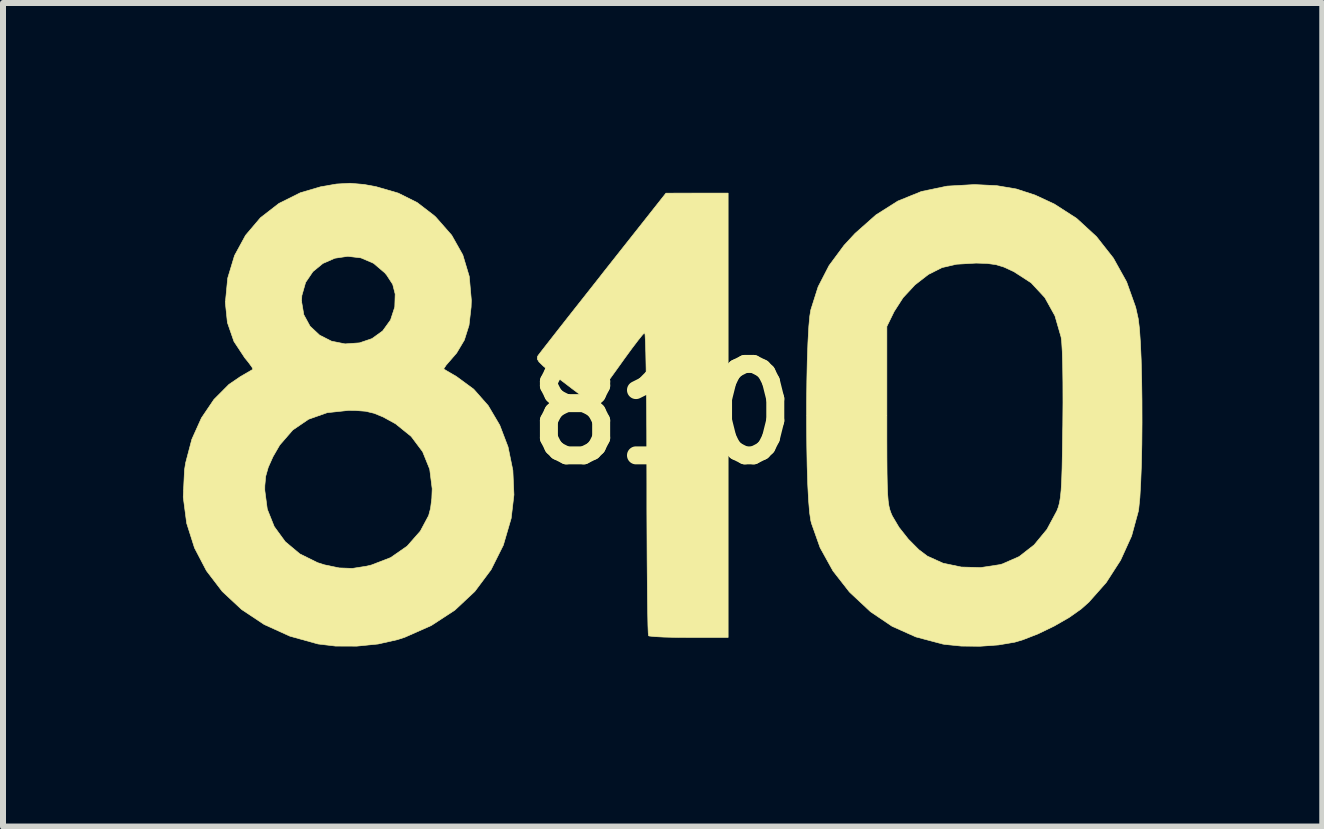
<source format=kicad_pcb>
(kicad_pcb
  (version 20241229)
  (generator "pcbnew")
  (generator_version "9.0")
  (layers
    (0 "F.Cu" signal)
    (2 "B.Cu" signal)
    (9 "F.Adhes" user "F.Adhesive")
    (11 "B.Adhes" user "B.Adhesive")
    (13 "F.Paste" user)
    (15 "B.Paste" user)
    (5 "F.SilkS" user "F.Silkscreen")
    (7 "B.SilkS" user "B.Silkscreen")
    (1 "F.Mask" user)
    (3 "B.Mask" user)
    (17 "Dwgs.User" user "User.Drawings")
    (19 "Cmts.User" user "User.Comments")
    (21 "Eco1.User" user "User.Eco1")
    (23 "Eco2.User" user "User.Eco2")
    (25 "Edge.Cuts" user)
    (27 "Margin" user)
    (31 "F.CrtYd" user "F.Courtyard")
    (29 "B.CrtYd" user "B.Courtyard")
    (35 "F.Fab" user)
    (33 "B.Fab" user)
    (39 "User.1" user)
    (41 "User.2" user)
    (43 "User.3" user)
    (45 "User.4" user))
  (footprint "810"
    (layer "F.Cu")
    (at 7.988 3.852)
    (property "Reference" "810" (at 0 0 0) (layer "F.SilkS") (effects (font (size 1.524 1.524) (thickness 0.3))))
    (attr through_hole)
    (fp_poly (pts (xy 1.101 3.725) (xy 0.452 3.725) (xy 0.225 3.724) (xy 0.029 3.719) (xy -0.12 3.711) (xy -0.209 3.702) (xy -0.226 3.697) (xy -0.231 3.651) (xy -0.236 3.527) (xy -0.24 3.334) (xy -0.244 3.079) (xy -0.247 2.768) (xy -0.25 2.411) (xy -0.252 2.013) (xy -0.254 1.583) (xy -0.254 1.157) (xy -0.255 0.705) (xy -0.256 0.278) (xy -0.259 -0.114) (xy -0.263 -0.466) (xy -0.267 -0.77) (xy -0.272 -1.018) (xy -0.278 -1.203) (xy -0.284 -1.318) (xy -0.29 -1.355) (xy -0.325 -1.322) (xy -0.399 -1.23) (xy -0.504 -1.092) (xy -0.631 -0.918) (xy -0.741 -0.764) (xy -0.891 -0.556) (xy -1.019 -0.389) (xy -1.119 -0.269) (xy -1.184 -0.207) (xy -1.203 -0.2) (xy -1.252 -0.235) (xy -1.354 -0.312) (xy -1.495 -0.418) (xy -1.66 -0.544) (xy -1.685 -0.563) (xy -1.863 -0.702) (xy -1.982 -0.8) (xy -2.052 -0.868) (xy -2.081 -0.916) (xy -2.079 -0.954) (xy -2.066 -0.977) (xy -2.028 -1.027) (xy -1.944 -1.135) (xy -1.819 -1.295) (xy -1.66 -1.498) (xy -1.472 -1.737) (xy -1.261 -2.004) (xy -1.034 -2.292) (xy -0.974 -2.369) (xy 0.064 -3.682) (xy 0.582 -3.683) (xy 1.101 -3.683) (xy 1.101 3.725)) (stroke (width 0.01) (type solid)) (fill yes) (layer "F.SilkS"))
    (fp_poly (pts (xy 5.579 -3.807) (xy 5.904 -3.752) (xy 6.217 -3.65) (xy 6.538 -3.501) (xy 6.91 -3.262) (xy 7.242 -2.957) (xy 7.523 -2.6) (xy 7.744 -2.203) (xy 7.895 -1.78) (xy 7.938 -1.587) (xy 7.958 -1.423) (xy 7.974 -1.189) (xy 7.987 -0.9) (xy 7.995 -0.572) (xy 8 -0.219) (xy 8.001 0.143) (xy 7.998 0.501) (xy 7.991 0.838) (xy 7.979 1.14) (xy 7.965 1.393) (xy 7.946 1.58) (xy 7.939 1.623) (xy 7.827 2.034) (xy 7.644 2.437) (xy 7.403 2.811) (xy 7.115 3.136) (xy 6.987 3.25) (xy 6.786 3.392) (xy 6.535 3.536) (xy 6.266 3.666) (xy 6.011 3.765) (xy 5.879 3.804) (xy 5.608 3.85) (xy 5.299 3.872) (xy 4.988 3.869) (xy 4.713 3.841) (xy 4.678 3.835) (xy 4.23 3.716) (xy 3.834 3.539) (xy 3.474 3.296) (xy 3.133 2.977) (xy 3.119 2.962) (xy 2.848 2.615) (xy 2.634 2.228) (xy 2.491 1.825) (xy 2.479 1.778) (xy 2.459 1.644) (xy 2.442 1.439) (xy 2.428 1.176) (xy 2.418 0.867) (xy 2.412 0.527) (xy 2.409 0.168) (xy 2.409 -0.196) (xy 2.413 -0.552) (xy 2.42 -0.887) (xy 2.431 -1.188) (xy 2.445 -1.441) (xy 2.446 -1.46) (xy 3.747 -1.46) (xy 3.747 0.021) (xy 3.747 0.416) (xy 3.748 0.735) (xy 3.75 0.988) (xy 3.754 1.185) (xy 3.76 1.335) (xy 3.769 1.447) (xy 3.781 1.532) (xy 3.797 1.597) (xy 3.817 1.653) (xy 3.838 1.701) (xy 3.95 1.89) (xy 4.106 2.087) (xy 4.279 2.261) (xy 4.422 2.369) (xy 4.683 2.487) (xy 4.988 2.551) (xy 5.312 2.56) (xy 5.632 2.511) (xy 5.674 2.499) (xy 5.952 2.377) (xy 6.202 2.182) (xy 6.416 1.923) (xy 6.581 1.616) (xy 6.606 1.551) (xy 6.625 1.479) (xy 6.64 1.389) (xy 6.652 1.27) (xy 6.661 1.111) (xy 6.668 0.903) (xy 6.673 0.634) (xy 6.678 0.294) (xy 6.68 0.186) (xy 6.683 -0.186) (xy 6.682 -0.522) (xy 6.678 -0.812) (xy 6.671 -1.045) (xy 6.661 -1.211) (xy 6.652 -1.281) (xy 6.549 -1.637) (xy 6.381 -1.94) (xy 6.152 -2.187) (xy 5.861 -2.375) (xy 5.858 -2.376) (xy 5.7 -2.449) (xy 5.566 -2.49) (xy 5.419 -2.51) (xy 5.235 -2.516) (xy 4.909 -2.497) (xy 4.667 -2.441) (xy 4.44 -2.327) (xy 4.216 -2.153) (xy 4.017 -1.939) (xy 3.869 -1.709) (xy 3.865 -1.701) (xy 3.747 -1.46) (xy 2.446 -1.46) (xy 2.462 -1.633) (xy 2.479 -1.736) (xy 2.601 -2.121) (xy 2.783 -2.474) (xy 3.033 -2.812) (xy 3.216 -3.01) (xy 3.566 -3.32) (xy 3.931 -3.551) (xy 4.321 -3.709) (xy 4.75 -3.799) (xy 5.207 -3.825) (xy 5.579 -3.807)) (stroke (width 0.01) (type solid)) (fill yes) (layer "F.SilkS"))
    (fp_poly (pts (xy -4.97 -3.827) (xy -4.769 -3.79) (xy -4.399 -3.683) (xy -4.084 -3.526) (xy -3.803 -3.31) (xy -3.773 -3.283) (xy -3.508 -2.981) (xy -3.323 -2.653) (xy -3.215 -2.294) (xy -3.18 -1.897) (xy -3.184 -1.782) (xy -3.219 -1.479) (xy -3.297 -1.232) (xy -3.425 -1.017) (xy -3.526 -0.9) (xy -3.6 -0.815) (xy -3.637 -0.759) (xy -3.638 -0.749) (xy -3.594 -0.722) (xy -3.5 -0.667) (xy -3.428 -0.625) (xy -3.141 -0.414) (xy -2.899 -0.14) (xy -2.707 0.185) (xy -2.568 0.549) (xy -2.488 0.94) (xy -2.47 1.347) (xy -2.516 1.739) (xy -2.647 2.187) (xy -2.851 2.595) (xy -3.122 2.958) (xy -3.455 3.27) (xy -3.847 3.526) (xy -4.292 3.723) (xy -4.413 3.762) (xy -4.733 3.834) (xy -5.089 3.87) (xy -5.444 3.869) (xy -5.736 3.834) (xy -6.207 3.703) (xy -6.634 3.509) (xy -7.01 3.259) (xy -7.333 2.958) (xy -7.596 2.614) (xy -7.795 2.233) (xy -7.926 1.821) (xy -7.983 1.385) (xy -7.978 1.269) (xy -6.624 1.269) (xy -6.582 1.587) (xy -6.466 1.877) (xy -6.282 2.129) (xy -6.039 2.332) (xy -5.744 2.478) (xy -5.627 2.515) (xy -5.382 2.566) (xy -5.163 2.574) (xy -4.928 2.537) (xy -4.845 2.517) (xy -4.526 2.394) (xy -4.251 2.203) (xy -4.031 1.953) (xy -3.892 1.693) (xy -3.86 1.572) (xy -3.839 1.404) (xy -3.833 1.246) (xy -3.874 0.921) (xy -3.992 0.629) (xy -4.183 0.374) (xy -4.444 0.163) (xy -4.652 0.049) (xy -4.801 -0.012) (xy -4.943 -0.046) (xy -5.113 -0.059) (xy -5.228 -0.06) (xy -5.583 -0.022) (xy -5.893 0.087) (xy -6.157 0.267) (xy -6.374 0.517) (xy -6.487 0.712) (xy -6.566 0.889) (xy -6.608 1.036) (xy -6.623 1.194) (xy -6.624 1.269) (xy -7.978 1.269) (xy -7.962 0.932) (xy -7.943 0.813) (xy -7.84 0.422) (xy -7.68 0.066) (xy -7.471 -0.243) (xy -7.222 -0.493) (xy -7.033 -0.622) (xy -6.921 -0.687) (xy -6.842 -0.733) (xy -6.821 -0.746) (xy -6.838 -0.782) (xy -6.896 -0.861) (xy -6.958 -0.937) (xy -7.138 -1.21) (xy -7.247 -1.525) (xy -7.281 -1.855) (xy -7.279 -1.879) (xy -6.011 -1.879) (xy -5.973 -1.655) (xy -5.869 -1.464) (xy -5.71 -1.315) (xy -5.511 -1.214) (xy -5.285 -1.169) (xy -5.045 -1.186) (xy -4.837 -1.257) (xy -4.659 -1.385) (xy -4.527 -1.568) (xy -4.458 -1.78) (xy -4.456 -1.797) (xy -4.45 -2) (xy -4.491 -2.161) (xy -4.591 -2.315) (xy -4.625 -2.355) (xy -4.811 -2.513) (xy -5.021 -2.603) (xy -5.241 -2.629) (xy -5.456 -2.597) (xy -5.655 -2.51) (xy -5.821 -2.374) (xy -5.943 -2.194) (xy -6.006 -1.974) (xy -6.011 -1.879) (xy -7.279 -1.879) (xy -7.242 -2.265) (xy -7.128 -2.642) (xy -6.944 -2.98) (xy -6.696 -3.272) (xy -6.389 -3.51) (xy -6.03 -3.689) (xy -5.693 -3.788) (xy -5.429 -3.834) (xy -5.202 -3.847) (xy -4.97 -3.827)) (stroke (width 0.01) (type solid)) (fill yes) (layer "F.SilkS")))
  (gr_rect
    (start -3 -3)
    (end 18.994 10.729)
    (stroke (width 0.1) (type default))
    (fill no)
    (layer "Edge.Cuts")))
</source>
